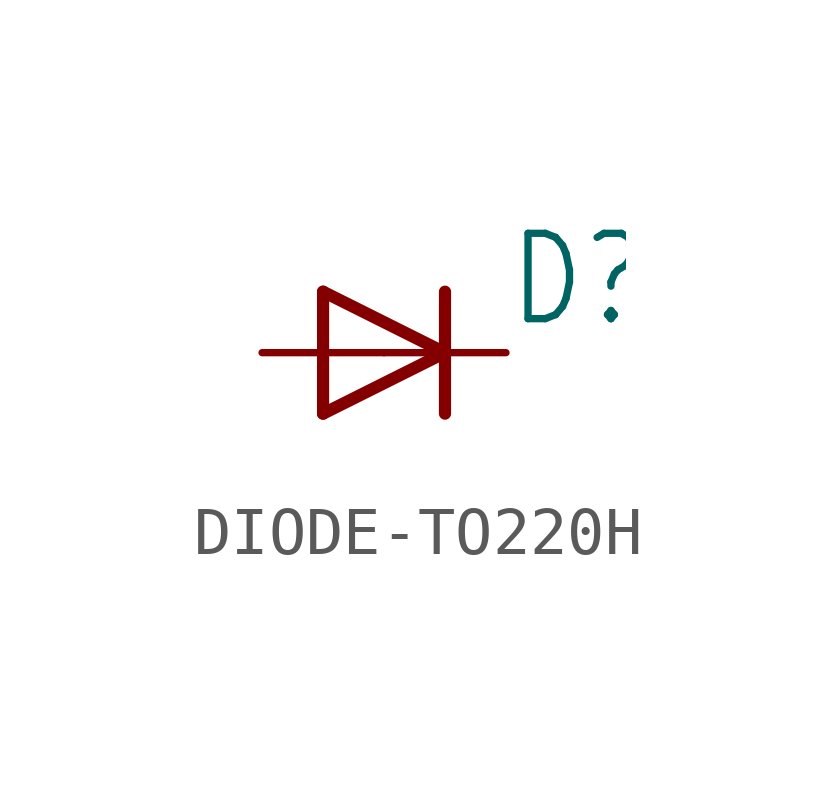
<source format=kicad_sym>
(kicad_symbol_lib
  (version 20220914)
  (generator kicad_symbol_editor)
  (symbol "DIODE-TO220H"
    (property "Reference" "D"
      (at 2.54 0.483 0)
      (effects (font (size 1.778 1.511)) (justify left bottom)))
    (property "Value" ""
      (at 2.54 -2.311 0)
      (effects (font (size 1.778 1.511)) (justify left bottom)))
    (property "ki_locked" ""
      (at 0 0 0)
      (effects (font (size 1.27 1.27))))
    (symbol "DIODE-TO220H_1_0"
      (polyline (pts (xy -1.27 -1.27) (xy 1.27 0)) (stroke (width 0.254) (type solid)) (fill (type none)))
      (polyline (pts (xy -1.27 1.27) (xy -1.27 -1.27)) (stroke (width 0.254) (type solid)) (fill (type none)))
      (polyline (pts (xy 1.27 0) (xy -1.27 1.27)) (stroke (width 0.254) (type solid)) (fill (type none)))
      (polyline (pts (xy 1.27 0) (xy 1.27 -1.27)) (stroke (width 0.254) (type solid)) (fill (type none)))
      (polyline (pts (xy 1.27 1.27) (xy 1.27 0)) (stroke (width 0.254) (type solid)) (fill (type none)))
      (pin passive line (at -2.54 0 0) (length 2.54) (name "A" (effects (font (size 0 0)))) (number "A" (effects (font (size 0 0)))))
      (pin passive line (at 2.54 0 180) (length 2.54) (name "C" (effects (font (size 0 0)))) (number "C" (effects (font (size 0 0))))))))
</source>
